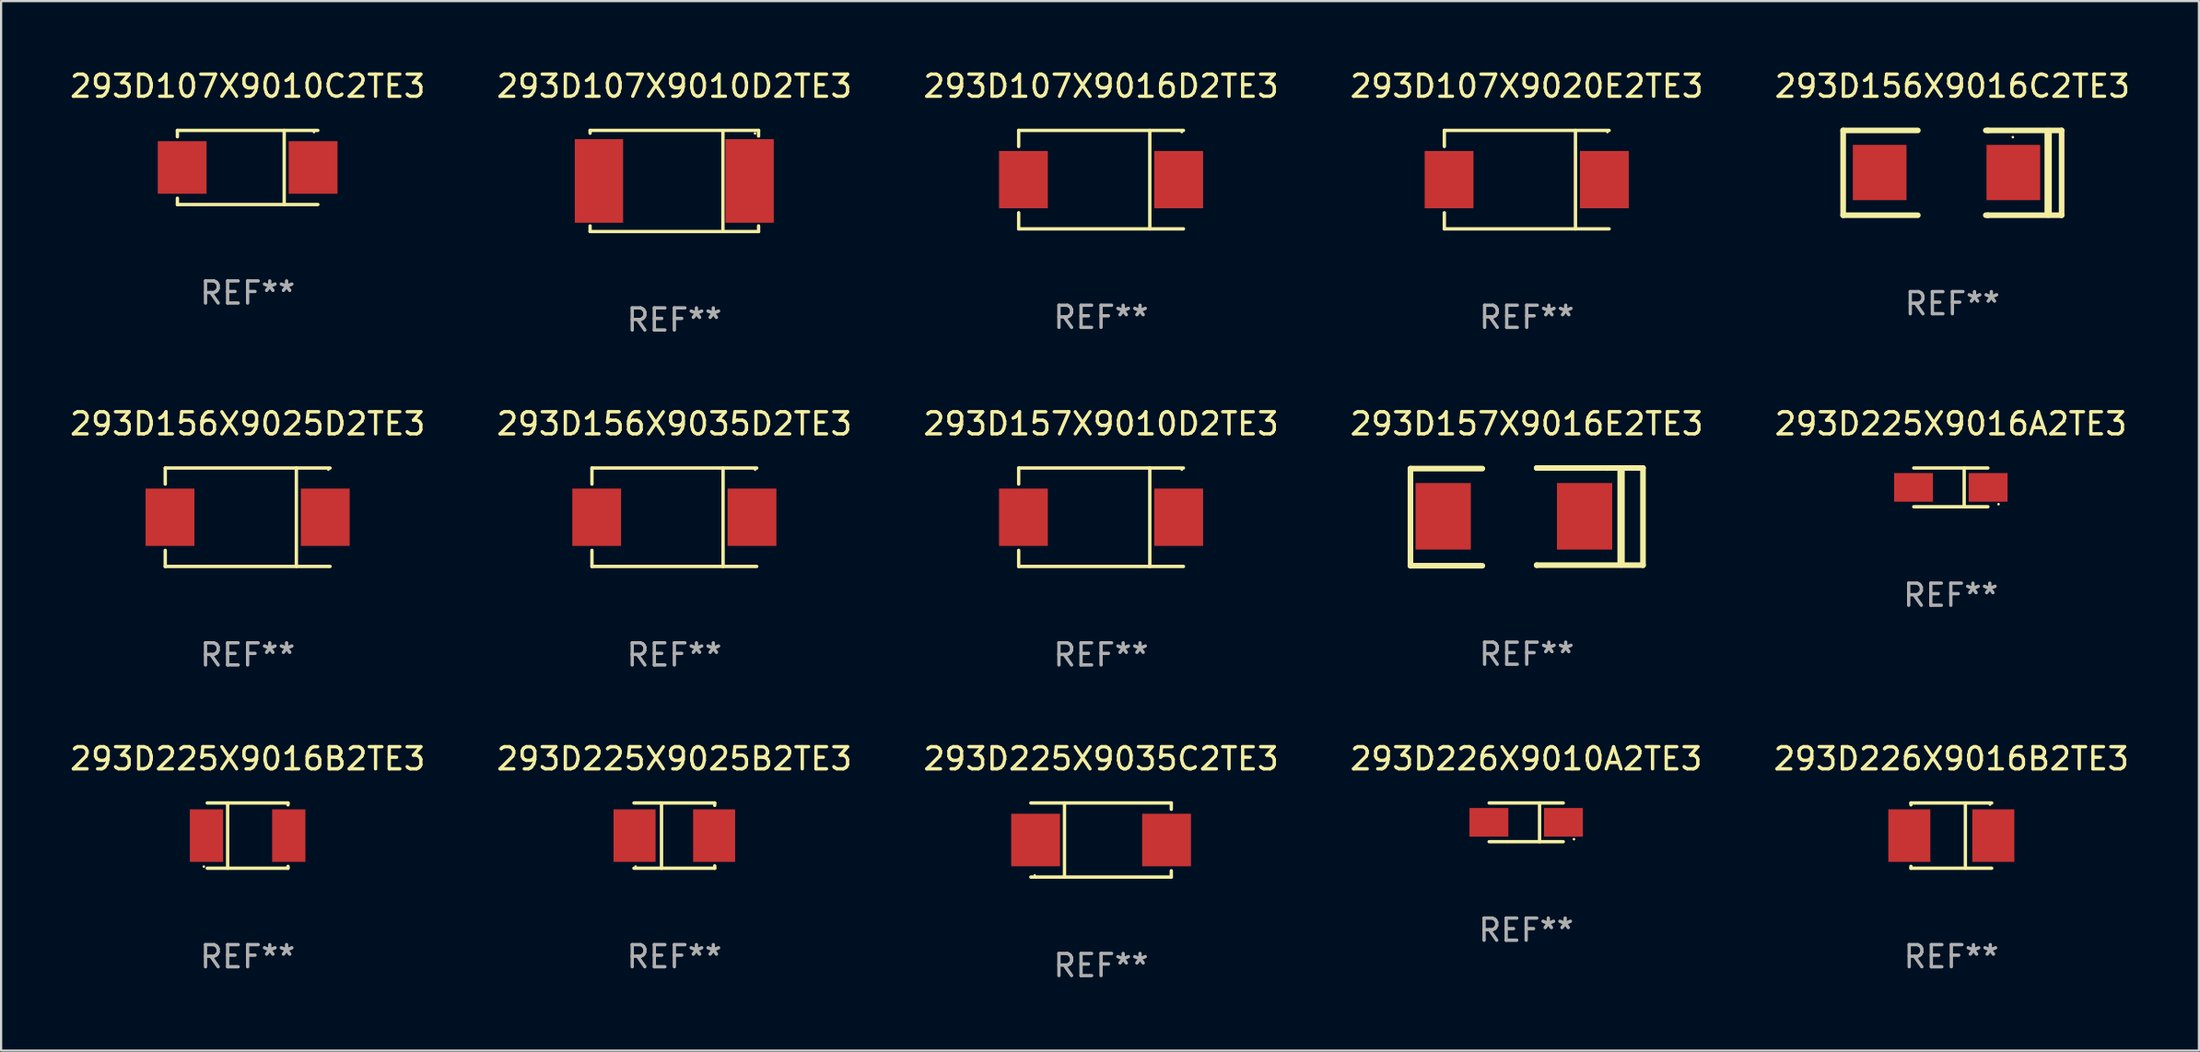
<source format=kicad_pcb>
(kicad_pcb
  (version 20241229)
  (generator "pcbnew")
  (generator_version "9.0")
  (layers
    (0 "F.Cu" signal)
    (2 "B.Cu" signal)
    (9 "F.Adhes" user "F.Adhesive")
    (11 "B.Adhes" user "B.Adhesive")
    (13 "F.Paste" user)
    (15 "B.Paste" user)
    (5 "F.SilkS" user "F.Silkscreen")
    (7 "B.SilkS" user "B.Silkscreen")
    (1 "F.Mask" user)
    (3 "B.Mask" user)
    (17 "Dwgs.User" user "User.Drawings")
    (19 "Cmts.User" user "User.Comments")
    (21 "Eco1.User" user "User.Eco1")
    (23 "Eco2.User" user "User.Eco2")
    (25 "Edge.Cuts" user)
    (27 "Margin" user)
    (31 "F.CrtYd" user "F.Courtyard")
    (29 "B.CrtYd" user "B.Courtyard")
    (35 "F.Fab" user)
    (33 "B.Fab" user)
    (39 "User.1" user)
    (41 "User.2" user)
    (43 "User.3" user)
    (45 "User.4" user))
  (footprint "293D107X9016D2TE3"
    (layer "F.Cu")
    (at 46.744 5.074)
    (property "Reference" "293D107X9016D2TE3" (at 0 -4.226 0) (layer "F.SilkS") (effects (font (size 1 1) (thickness 0.15))))
    (attr through_hole)
    (fp_line (start -3.726 -2.226) (end -3.726 -1.499) (stroke (width 0.152) (type solid)) (layer "F.SilkS"))
    (fp_line (start -3.726 -2.226) (end 3.726 -2.226) (stroke (width 0.152) (type solid)) (layer "F.SilkS"))
    (fp_line (start -3.726 2.226) (end -3.726 1.499) (stroke (width 0.152) (type solid)) (layer "F.SilkS"))
    (fp_line (start -3.726 2.226) (end 3.726 2.226) (stroke (width 0.152) (type solid)) (layer "F.SilkS"))
    (fp_line (start 2.204 -2.226) (end 2.204 2.226) (stroke (width 0.152) (type solid)) (layer "F.SilkS"))
    (fp_circle (center 3.65 -2.15) (end 3.68 -2.15) (stroke (width 0.06) (type solid)) (fill no) (layer "F.SilkS"))
    (fp_text user "REF**" (at 0 6.226 0) (layer "F.Fab") (effects (font (size 1 1) (thickness 0.15))))
    (pad "1" smd rect (at 3.511 0) (size 2.207 2.592) (layers "F.Cu" "F.Mask" "F.Paste"))
    (pad "2" smd rect (at -3.511 0) (size 2.207 2.592) (layers "F.Cu" "F.Mask" "F.Paste")))
  (footprint "293D107X9010C2TE3"
    (layer "F.Cu")
    (at 8.149 4.524)
    (property "Reference" "293D107X9010C2TE3" (at 0 -3.676 0) (layer "F.SilkS") (effects (font (size 1 1) (thickness 0.15))))
    (attr through_hole)
    (fp_line (start -3.176 -1.676) (end -3.176 -1.391) (stroke (width 0.152) (type solid)) (layer "F.SilkS"))
    (fp_line (start -3.176 -1.676) (end 3.176 -1.676) (stroke (width 0.152) (type solid)) (layer "F.SilkS"))
    (fp_line (start -3.176 1.676) (end -3.176 1.391) (stroke (width 0.152) (type solid)) (layer "F.SilkS"))
    (fp_line (start -3.176 1.676) (end 3.176 1.676) (stroke (width 0.152) (type solid)) (layer "F.SilkS"))
    (fp_line (start 1.654 -1.676) (end 1.654 1.676) (stroke (width 0.152) (type solid)) (layer "F.SilkS"))
    (fp_circle (center 3 -1.6) (end 3.03 -1.6) (stroke (width 0.06) (type solid)) (fill no) (layer "F.SilkS"))
    (fp_text user "REF**" (at 0 5.676 0) (layer "F.Fab") (effects (font (size 1 1) (thickness 0.15))))
    (pad "1" smd rect (at 2.961 0) (size 2.207 2.376) (layers "F.Cu" "F.Mask" "F.Paste"))
    (pad "2" smd rect (at -2.961 0) (size 2.207 2.376) (layers "F.Cu" "F.Mask" "F.Paste")))
  (footprint "293D156X9025D2TE3"
    (layer "F.Cu")
    (at 8.149 20.343)
    (property "Reference" "293D156X9025D2TE3" (at 0 -4.226 0) (layer "F.SilkS") (effects (font (size 1 1) (thickness 0.15))))
    (attr through_hole)
    (fp_line (start -3.726 -2.226) (end -3.726 -1.499) (stroke (width 0.152) (type solid)) (layer "F.SilkS"))
    (fp_line (start -3.726 -2.226) (end 3.726 -2.226) (stroke (width 0.152) (type solid)) (layer "F.SilkS"))
    (fp_line (start -3.726 2.226) (end -3.726 1.499) (stroke (width 0.152) (type solid)) (layer "F.SilkS"))
    (fp_line (start -3.726 2.226) (end 3.726 2.226) (stroke (width 0.152) (type solid)) (layer "F.SilkS"))
    (fp_line (start 2.204 -2.226) (end 2.204 2.226) (stroke (width 0.152) (type solid)) (layer "F.SilkS"))
    (fp_circle (center 3.65 -2.15) (end 3.68 -2.15) (stroke (width 0.06) (type solid)) (fill no) (layer "F.SilkS"))
    (fp_text user "REF**" (at 0 6.226 0) (layer "F.Fab") (effects (font (size 1 1) (thickness 0.15))))
    (pad "1" smd rect (at 3.511 0) (size 2.207 2.592) (layers "F.Cu" "F.Mask" "F.Paste"))
    (pad "2" smd rect (at -3.511 0) (size 2.207 2.592) (layers "F.Cu" "F.Mask" "F.Paste")))
  (footprint "293D156X9035D2TE3"
    (layer "F.Cu")
    (at 27.446 20.343)
    (property "Reference" "293D156X9035D2TE3" (at 0 -4.226 0) (layer "F.SilkS") (effects (font (size 1 1) (thickness 0.15))))
    (attr through_hole)
    (fp_line (start -3.726 -2.226) (end -3.726 -1.499) (stroke (width 0.152) (type solid)) (layer "F.SilkS"))
    (fp_line (start -3.726 -2.226) (end 3.726 -2.226) (stroke (width 0.152) (type solid)) (layer "F.SilkS"))
    (fp_line (start -3.726 2.226) (end -3.726 1.499) (stroke (width 0.152) (type solid)) (layer "F.SilkS"))
    (fp_line (start -3.726 2.226) (end 3.726 2.226) (stroke (width 0.152) (type solid)) (layer "F.SilkS"))
    (fp_line (start 2.204 -2.226) (end 2.204 2.226) (stroke (width 0.152) (type solid)) (layer "F.SilkS"))
    (fp_circle (center 3.65 -2.15) (end 3.68 -2.15) (stroke (width 0.06) (type solid)) (fill no) (layer "F.SilkS"))
    (fp_text user "REF**" (at 0 6.226 0) (layer "F.Fab") (effects (font (size 1 1) (thickness 0.15))))
    (pad "1" smd rect (at 3.511 0) (size 2.207 2.592) (layers "F.Cu" "F.Mask" "F.Paste"))
    (pad "2" smd rect (at -3.511 0) (size 2.207 2.592) (layers "F.Cu" "F.Mask" "F.Paste")))
  (footprint "293D157X9016E2TE3"
    (layer "F.Cu")
    (at 65.994 20.327)
    (property "Reference" "293D157X9016E2TE3" (at 0 -4.21 0) (layer "F.SilkS") (effects (font (size 1 1) (thickness 0.15))))
    (attr through_hole)
    (fp_line (start -5.258 -2.184) (end -2.007 -2.184) (stroke (width 0.254) (type solid)) (layer "F.SilkS"))
    (fp_line (start -5.258 2.21) (end -5.258 -2.184) (stroke (width 0.254) (type solid)) (layer "F.SilkS"))
    (fp_line (start -2.007 2.21) (end -5.258 2.21) (stroke (width 0.254) (type solid)) (layer "F.SilkS"))
    (fp_line (start 0.45 -2.21) (end 3.63 -2.21) (stroke (width 0.254) (type solid)) (layer "F.SilkS"))
    (fp_line (start 0.45 2.184) (end 0.457 2.184) (stroke (width 0.254) (type solid)) (layer "F.SilkS"))
    (fp_line (start 0.457 -2.21) (end 0.45 -2.21) (stroke (width 0.254) (type solid)) (layer "F.SilkS"))
    (fp_line (start 3.63 -2.21) (end 5.258 -2.21) (stroke (width 0.254) (type solid)) (layer "F.SilkS"))
    (fp_line (start 4.267 2.134) (end 4.267 -2.166) (stroke (width 0.33) (type solid)) (layer "F.SilkS"))
    (fp_line (start 5.258 -2.21) (end 5.258 2.184) (stroke (width 0.254) (type solid)) (layer "F.SilkS"))
    (fp_line (start 5.258 2.184) (end 0.45 2.184) (stroke (width 0.254) (type solid)) (layer "F.SilkS"))
    (fp_circle (center 2.964 -2.176) (end 2.994 -2.176) (stroke (width 0.06) (type solid)) (fill no) (layer "F.SilkS"))
    (fp_text user "REF**" (at 0 6.21 0) (layer "F.Fab") (effects (font (size 1 1) (thickness 0.15))))
    (pad "1" smd rect (at 2.616 -0.025 180) (size 2.5 3.01) (layers "F.Cu" "F.Mask" "F.Paste"))
    (pad "2" smd rect (at -3.777 -0.025 180) (size 2.5 3.01) (layers "F.Cu" "F.Mask" "F.Paste")))
  (footprint "293D225X9016A2TE3"
    (layer "F.Cu")
    (at 85.173 18.993)
    (property "Reference" "293D225X9016A2TE3" (at 0 -2.876 0) (layer "F.SilkS") (effects (font (size 1 1) (thickness 0.15))))
    (attr through_hole)
    (fp_line (start -1.676 -0.876) (end 1.676 -0.876) (stroke (width 0.152) (type solid)) (layer "F.SilkS"))
    (fp_line (start -1.676 0.876) (end 1.676 0.876) (stroke (width 0.152) (type solid)) (layer "F.SilkS"))
    (fp_line (start 0.604 -0.876) (end 0.604 0.876) (stroke (width 0.152) (type solid)) (layer "F.SilkS"))
    (fp_circle (center 2.159 0.762) (end 2.189 0.762) (stroke (width 0.06) (type solid)) (fill no) (layer "F.SilkS"))
    (fp_text user "REF**" (at 0 4.876 0) (layer "F.Fab") (effects (font (size 1 1) (thickness 0.15))))
    (pad "1" smd rect (at 1.686 0) (size 1.758 1.296) (layers "F.Cu" "F.Mask" "F.Paste"))
    (pad "2" smd rect (at -1.686 0) (size 1.758 1.296) (layers "F.Cu" "F.Mask" "F.Paste")))
  (footprint "293D157X9010D2TE3"
    (layer "F.Cu")
    (at 46.744 20.343)
    (property "Reference" "293D157X9010D2TE3" (at 0 -4.226 0) (layer "F.SilkS") (effects (font (size 1 1) (thickness 0.15))))
    (attr through_hole)
    (fp_line (start -3.726 -2.226) (end -3.726 -1.499) (stroke (width 0.152) (type solid)) (layer "F.SilkS"))
    (fp_line (start -3.726 -2.226) (end 3.726 -2.226) (stroke (width 0.152) (type solid)) (layer "F.SilkS"))
    (fp_line (start -3.726 2.226) (end -3.726 1.499) (stroke (width 0.152) (type solid)) (layer "F.SilkS"))
    (fp_line (start -3.726 2.226) (end 3.726 2.226) (stroke (width 0.152) (type solid)) (layer "F.SilkS"))
    (fp_line (start 2.204 -2.226) (end 2.204 2.226) (stroke (width 0.152) (type solid)) (layer "F.SilkS"))
    (fp_circle (center 3.65 -2.15) (end 3.68 -2.15) (stroke (width 0.06) (type solid)) (fill no) (layer "F.SilkS"))
    (fp_text user "REF**" (at 0 6.226 0) (layer "F.Fab") (effects (font (size 1 1) (thickness 0.15))))
    (pad "1" smd rect (at 3.511 0) (size 2.207 2.592) (layers "F.Cu" "F.Mask" "F.Paste"))
    (pad "2" smd rect (at -3.511 0) (size 2.207 2.592) (layers "F.Cu" "F.Mask" "F.Paste")))
  (footprint "293D226X9010A2TE3"
    (layer "F.Cu")
    (at 65.97 34.142)
    (property "Reference" "293D226X9010A2TE3" (at 0 -2.876 0) (layer "F.SilkS") (effects (font (size 1 1) (thickness 0.15))))
    (attr through_hole)
    (fp_line (start -1.676 -0.876) (end 1.676 -0.876) (stroke (width 0.152) (type solid)) (layer "F.SilkS"))
    (fp_line (start -1.676 0.876) (end 1.676 0.876) (stroke (width 0.152) (type solid)) (layer "F.SilkS"))
    (fp_line (start 0.604 -0.876) (end 0.604 0.876) (stroke (width 0.152) (type solid)) (layer "F.SilkS"))
    (fp_circle (center 2.159 0.762) (end 2.189 0.762) (stroke (width 0.06) (type solid)) (fill no) (layer "F.SilkS"))
    (fp_text user "REF**" (at 0 4.876 0) (layer "F.Fab") (effects (font (size 1 1) (thickness 0.15))))
    (pad "1" smd rect (at 1.686 0) (size 1.758 1.296) (layers "F.Cu" "F.Mask" "F.Paste"))
    (pad "2" smd rect (at -1.686 0) (size 1.758 1.296) (layers "F.Cu" "F.Mask" "F.Paste")))
  (footprint "293D226X9016B2TE3"
    (layer "F.Cu")
    (at 85.196 34.742)
    (property "Reference" "293D226X9016B2TE3" (at 0 -3.476 0) (layer "F.SilkS") (effects (font (size 1 1) (thickness 0.15))))
    (attr through_hole)
    (fp_line (start -1.826 -1.476) (end -1.826 -1.391) (stroke (width 0.152) (type solid)) (layer "F.SilkS"))
    (fp_line (start -1.826 -1.476) (end 1.826 -1.476) (stroke (width 0.152) (type solid)) (layer "F.SilkS"))
    (fp_line (start -1.826 1.476) (end -1.826 1.391) (stroke (width 0.152) (type solid)) (layer "F.SilkS"))
    (fp_line (start -1.826 1.476) (end 1.826 1.476) (stroke (width 0.152) (type solid)) (layer "F.SilkS"))
    (fp_line (start 0.635 -1.476) (end 0.635 1.476) (stroke (width 0.152) (type solid)) (layer "F.SilkS"))
    (fp_circle (center 1.75 -1.4) (end 1.78 -1.4) (stroke (width 0.06) (type solid)) (fill no) (layer "F.SilkS"))
    (fp_text user "REF**" (at 0 5.476 0) (layer "F.Fab") (effects (font (size 1 1) (thickness 0.15))))
    (pad "1" smd rect (at 1.899 0) (size 1.9 2.376) (layers "F.Cu" "F.Mask" "F.Paste"))
    (pad "2" smd rect (at -1.899 0) (size 1.9 2.376) (layers "F.Cu" "F.Mask" "F.Paste")))
  (footprint "293D107X9020E2TE3"
    (layer "F.Cu")
    (at 65.994 5.074)
    (property "Reference" "293D107X9020E2TE3" (at 0 -4.226 0) (layer "F.SilkS") (effects (font (size 1 1) (thickness 0.15))))
    (attr through_hole)
    (fp_line (start -3.726 -2.226) (end -3.726 -1.499) (stroke (width 0.152) (type solid)) (layer "F.SilkS"))
    (fp_line (start -3.726 -2.226) (end 3.726 -2.226) (stroke (width 0.152) (type solid)) (layer "F.SilkS"))
    (fp_line (start -3.726 2.226) (end -3.726 1.499) (stroke (width 0.152) (type solid)) (layer "F.SilkS"))
    (fp_line (start -3.726 2.226) (end 3.726 2.226) (stroke (width 0.152) (type solid)) (layer "F.SilkS"))
    (fp_line (start 2.204 -2.226) (end 2.204 2.226) (stroke (width 0.152) (type solid)) (layer "F.SilkS"))
    (fp_circle (center 3.65 -2.15) (end 3.68 -2.15) (stroke (width 0.06) (type solid)) (fill no) (layer "F.SilkS"))
    (fp_text user "REF**" (at 0 6.226 0) (layer "F.Fab") (effects (font (size 1 1) (thickness 0.15))))
    (pad "1" smd rect (at 3.511 0) (size 2.207 2.592) (layers "F.Cu" "F.Mask" "F.Paste"))
    (pad "2" smd rect (at -3.511 0) (size 2.207 2.592) (layers "F.Cu" "F.Mask" "F.Paste")))
  (footprint "293D225X9016B2TE3"
    (layer "F.Cu")
    (at 8.149 34.742)
    (property "Reference" "293D225X9016B2TE3" (at 0 -3.476 0) (layer "F.SilkS") (effects (font (size 1 1) (thickness 0.15))))
    (attr through_hole)
    (fp_line (start -0.904 1.476) (end -0.904 -1.476) (stroke (width 0.152) (type solid)) (layer "F.SilkS"))
    (fp_line (start 1.826 -1.476) (end -1.826 -1.476) (stroke (width 0.152) (type solid)) (layer "F.SilkS"))
    (fp_line (start 1.826 -1.476) (end 1.826 -1.391) (stroke (width 0.152) (type solid)) (layer "F.SilkS"))
    (fp_line (start 1.826 1.476) (end -1.826 1.476) (stroke (width 0.152) (type solid)) (layer "F.SilkS"))
    (fp_line (start 1.826 1.476) (end 1.826 1.391) (stroke (width 0.152) (type solid)) (layer "F.SilkS"))
    (fp_circle (center -1.98 1.4) (end -1.95 1.4) (stroke (width 0.06) (type solid)) (fill no) (layer "F.SilkS"))
    (fp_text user "REF**" (at 0 5.476 0) (layer "F.Fab") (effects (font (size 1 1) (thickness 0.15))))
    (pad "1" smd rect (at -1.861 0 180) (size 1.506 2.376) (layers "F.Cu" "F.Mask" "F.Paste"))
    (pad "2" smd rect (at 1.861 0 180) (size 1.506 2.376) (layers "F.Cu" "F.Mask" "F.Paste")))
  (footprint "293D107X9010D2TE3"
    (layer "F.Cu")
    (at 27.446 5.134)
    (property "Reference" "293D107X9010D2TE3" (at 0 -4.286 0) (layer "F.SilkS") (effects (font (size 1 1) (thickness 0.15))))
    (attr through_hole)
    (fp_line (start -3.81 -2.286) (end -3.81 -2.159) (stroke (width 0.15) (type solid)) (layer "F.SilkS"))
    (fp_line (start -3.81 2.032) (end -3.81 2.286) (stroke (width 0.15) (type solid)) (layer "F.SilkS"))
    (fp_line (start -3.81 2.286) (end 3.81 2.286) (stroke (width 0.15) (type solid)) (layer "F.SilkS"))
    (fp_line (start 2.197 -2.226) (end 2.197 2.226) (stroke (width 0.152) (type solid)) (layer "F.SilkS"))
    (fp_line (start 3.81 -2.286) (end -3.81 -2.286) (stroke (width 0.15) (type solid)) (layer "F.SilkS"))
    (fp_line (start 3.81 -2.032) (end 3.81 -2.286) (stroke (width 0.15) (type solid)) (layer "F.SilkS"))
    (fp_line (start 3.81 2.286) (end 3.81 2.032) (stroke (width 0.15) (type solid)) (layer "F.SilkS"))
    (fp_circle (center 3.65 -2.15) (end 3.68 -2.15) (stroke (width 0.06) (type solid)) (fill no) (layer "F.SilkS"))
    (fp_text user "REF**" (at 0 6.286 0) (layer "F.Fab") (effects (font (size 1 1) (thickness 0.15))))
    (pad "1" smd rect (at 3.404 0 180) (size 2.185 3.78) (layers "F.Cu" "F.Mask" "F.Paste"))
    (pad "2" smd rect (at -3.409 0 180) (size 2.185 3.78) (layers "F.Cu" "F.Mask" "F.Paste")))
  (footprint "293D156X9016C2TE3"
    (layer "F.Cu")
    (at 85.244 4.766)
    (property "Reference" "293D156X9016C2TE3" (at 0 -3.918 0) (layer "F.SilkS") (effects (font (size 1 1) (thickness 0.15))))
    (attr through_hole)
    (fp_line (start -4.94 -1.918) (end -1.562 -1.918) (stroke (width 0.254) (type solid)) (layer "F.SilkS"))
    (fp_line (start -4.94 1.918) (end -4.94 -1.918) (stroke (width 0.254) (type solid)) (layer "F.SilkS"))
    (fp_line (start -1.562 1.918) (end -4.94 1.918) (stroke (width 0.254) (type solid)) (layer "F.SilkS"))
    (fp_line (start 1.511 -1.918) (end 1.613 -1.918) (stroke (width 0.254) (type solid)) (layer "F.SilkS"))
    (fp_line (start 1.613 -1.918) (end 4.94 -1.918) (stroke (width 0.254) (type solid)) (layer "F.SilkS"))
    (fp_line (start 1.613 1.918) (end 1.511 1.918) (stroke (width 0.254) (type solid)) (layer "F.SilkS"))
    (fp_line (start 4.331 1.867) (end 4.331 -1.867) (stroke (width 0.33) (type solid)) (layer "F.SilkS"))
    (fp_line (start 4.94 -1.918) (end 4.94 1.918) (stroke (width 0.254) (type solid)) (layer "F.SilkS"))
    (fp_line (start 4.94 1.918) (end 1.613 1.918) (stroke (width 0.254) (type solid)) (layer "F.SilkS"))
    (fp_circle (center 2.733 -1.613) (end 2.763 -1.613) (stroke (width 0.06) (type solid)) (fill no) (layer "F.SilkS"))
    (fp_text user "REF**" (at 0 5.918 0) (layer "F.Fab") (effects (font (size 1 1) (thickness 0.15))))
    (pad "1" smd rect (at 2.756 -0.013 180) (size 2.426 2.5) (layers "F.Cu" "F.Mask" "F.Paste"))
    (pad "2" smd rect (at -3.289 -0.013 180) (size 2.426 2.5) (layers "F.Cu" "F.Mask" "F.Paste")))
  (footprint "293D225X9035C2TE3"
    (layer "F.Cu")
    (at 46.744 34.942)
    (property "Reference" "293D225X9035C2TE3" (at 0 -3.676 0) (layer "F.SilkS") (effects (font (size 1 1) (thickness 0.15))))
    (attr through_hole)
    (fp_line (start -1.654 1.676) (end -1.654 -1.676) (stroke (width 0.152) (type solid)) (layer "F.SilkS"))
    (fp_line (start 3.176 -1.676) (end -3.176 -1.676) (stroke (width 0.152) (type solid)) (layer "F.SilkS"))
    (fp_line (start 3.176 -1.676) (end 3.176 -1.391) (stroke (width 0.152) (type solid)) (layer "F.SilkS"))
    (fp_line (start 3.176 1.676) (end -3.176 1.676) (stroke (width 0.152) (type solid)) (layer "F.SilkS"))
    (fp_line (start 3.176 1.676) (end 3.176 1.391) (stroke (width 0.152) (type solid)) (layer "F.SilkS"))
    (fp_circle (center -3 1.6) (end -2.97 1.6) (stroke (width 0.06) (type solid)) (fill no) (layer "F.SilkS"))
    (fp_text user "REF**" (at 0 5.676 0) (layer "F.Fab") (effects (font (size 1 1) (thickness 0.15))))
    (pad "1" smd rect (at -2.961 -0.000051 180) (size 2.207 2.376) (layers "F.Cu" "F.Mask" "F.Paste"))
    (pad "2" smd rect (at 2.961 -0.000051 180) (size 2.207 2.376) (layers "F.Cu" "F.Mask" "F.Paste")))
  (footprint "293D225X9025B2TE3"
    (layer "F.Cu")
    (at 27.446 34.742)
    (property "Reference" "293D225X9025B2TE3" (at 0 -3.476 0) (layer "F.SilkS") (effects (font (size 1 1) (thickness 0.15))))
    (attr through_hole)
    (fp_line (start -1.826 -1.476) (end 1.826 -1.476) (stroke (width 0.152) (type solid)) (layer "F.SilkS"))
    (fp_line (start -1.826 1.476) (end 1.826 1.476) (stroke (width 0.152) (type solid)) (layer "F.SilkS"))
    (fp_line (start -0.58 -1.476) (end -0.58 1.476) (stroke (width 0.152) (type solid)) (layer "F.SilkS"))
    (fp_line (start 1.826 -1.476) (end 1.826 -1.368) (stroke (width 0.152) (type solid)) (layer "F.SilkS"))
    (fp_line (start 1.826 1.368) (end 1.826 1.476) (stroke (width 0.152) (type solid)) (layer "F.SilkS"))
    (fp_circle (center -1.75 1.4) (end -1.72 1.4) (stroke (width 0.06) (type solid)) (fill no) (layer "F.SilkS"))
    (fp_text user "REF**" (at 0 5.476 0) (layer "F.Fab") (effects (font (size 1 1) (thickness 0.15))))
    (pad "1" smd rect (at -1.799 0) (size 1.9 2.376) (layers "F.Cu" "F.Mask" "F.Paste"))
    (pad "2" smd rect (at 1.799 0) (size 1.9 2.376) (layers "F.Cu" "F.Mask" "F.Paste")))
  (gr_rect
    (start -3 -3)
    (end 96.393 44.466)
    (stroke (width 0.1) (type default))
    (fill no)
    (layer "Edge.Cuts")))
</source>
